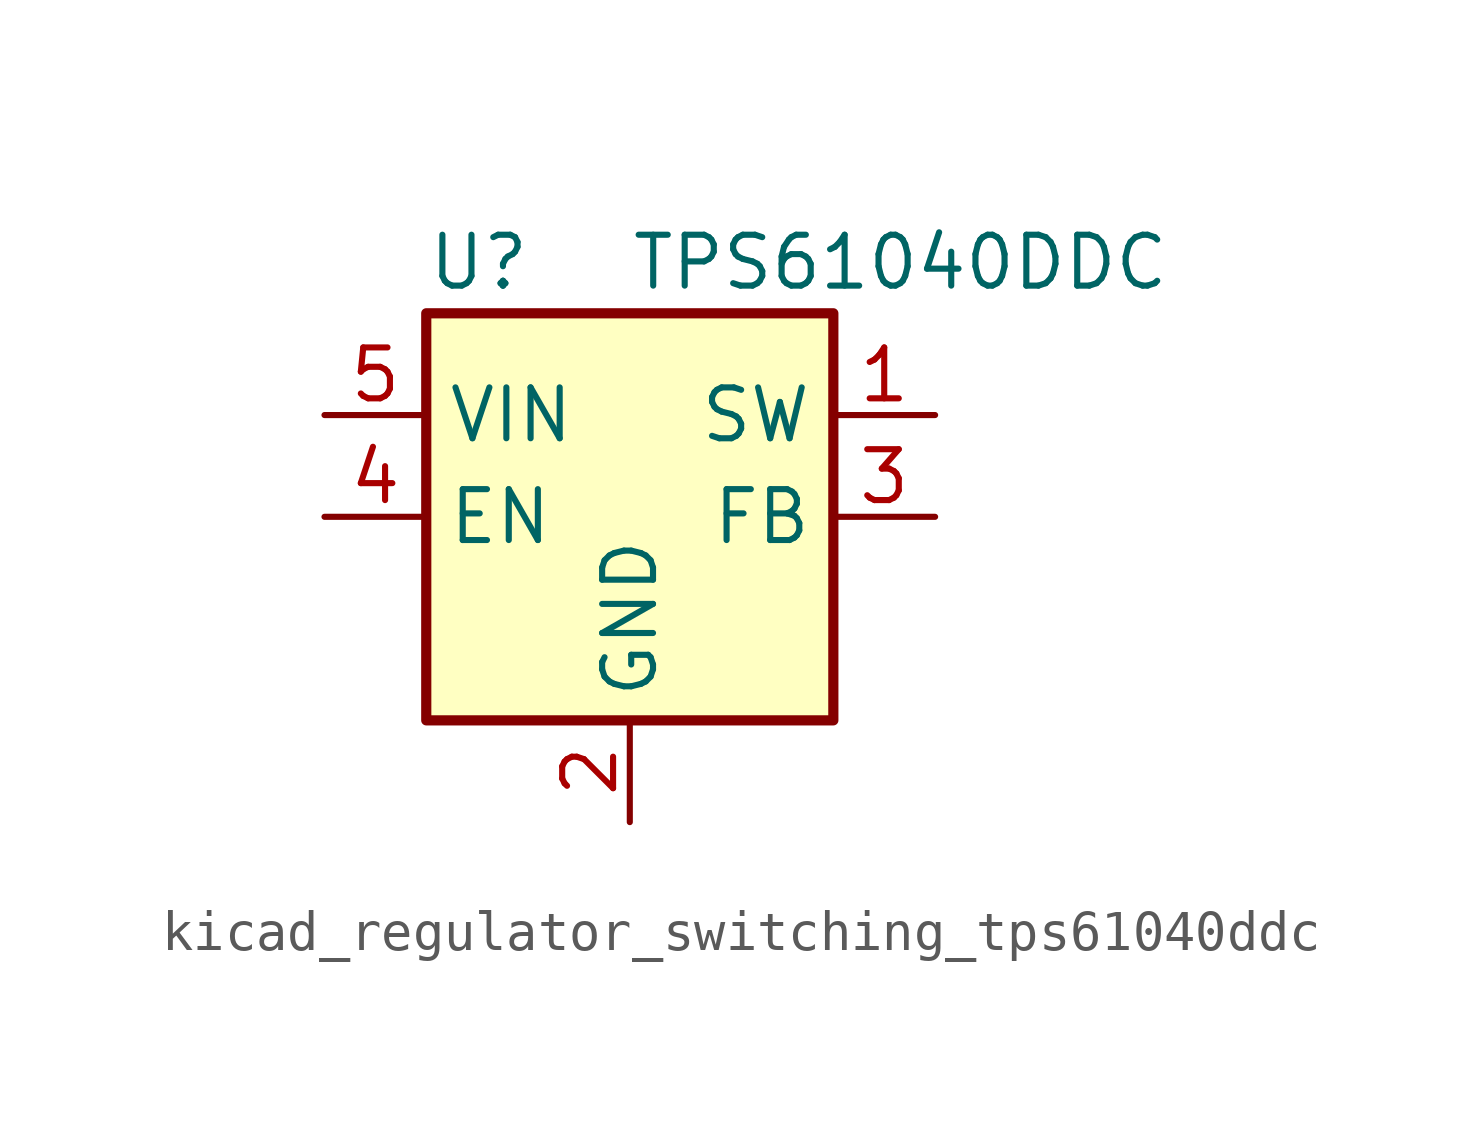
<source format=kicad_sym>
(kicad_symbol_lib
  (version 20220914)
  (generator kicad_symbol_editor)
  (symbol "kicad_regulator_switching_tps61040ddc"
    (property "Reference" "U"
      (at -5.08 6.35 0)
      (effects (font (size 1.27 1.27)) (justify left)))
    (property "Value" "TPS61040DDC"
      (at 0 6.35 0)
      (effects (font (size 1.27 1.27)) (justify left)))
    (symbol "kicad_regulator_switching_tps61040ddc_0_1"
      (rectangle (start -5.08 5.08) (end 5.08 -5.08) (stroke (width 0.254) (type default)) (fill (type background))))
    (symbol "kicad_regulator_switching_tps61040ddc_1_1"
      (pin power_out line (at 7.62 2.54 180) (length 2.54) (name "SW" (effects (font (size 1.27 1.27)))) (number "1" (effects (font (size 1.27 1.27)))))
      (pin power_in line (at 0 -7.62 90) (length 2.54) (name "GND" (effects (font (size 1.27 1.27)))) (number "2" (effects (font (size 1.27 1.27)))))
      (pin input line (at 7.62 0 180) (length 2.54) (name "FB" (effects (font (size 1.27 1.27)))) (number "3" (effects (font (size 1.27 1.27)))))
      (pin input line (at -7.62 0 0) (length 2.54) (name "EN" (effects (font (size 1.27 1.27)))) (number "4" (effects (font (size 1.27 1.27)))))
      (pin power_in line (at -7.62 2.54 0) (length 2.54) (name "VIN" (effects (font (size 1.27 1.27)))) (number "5" (effects (font (size 1.27 1.27))))))))
</source>
